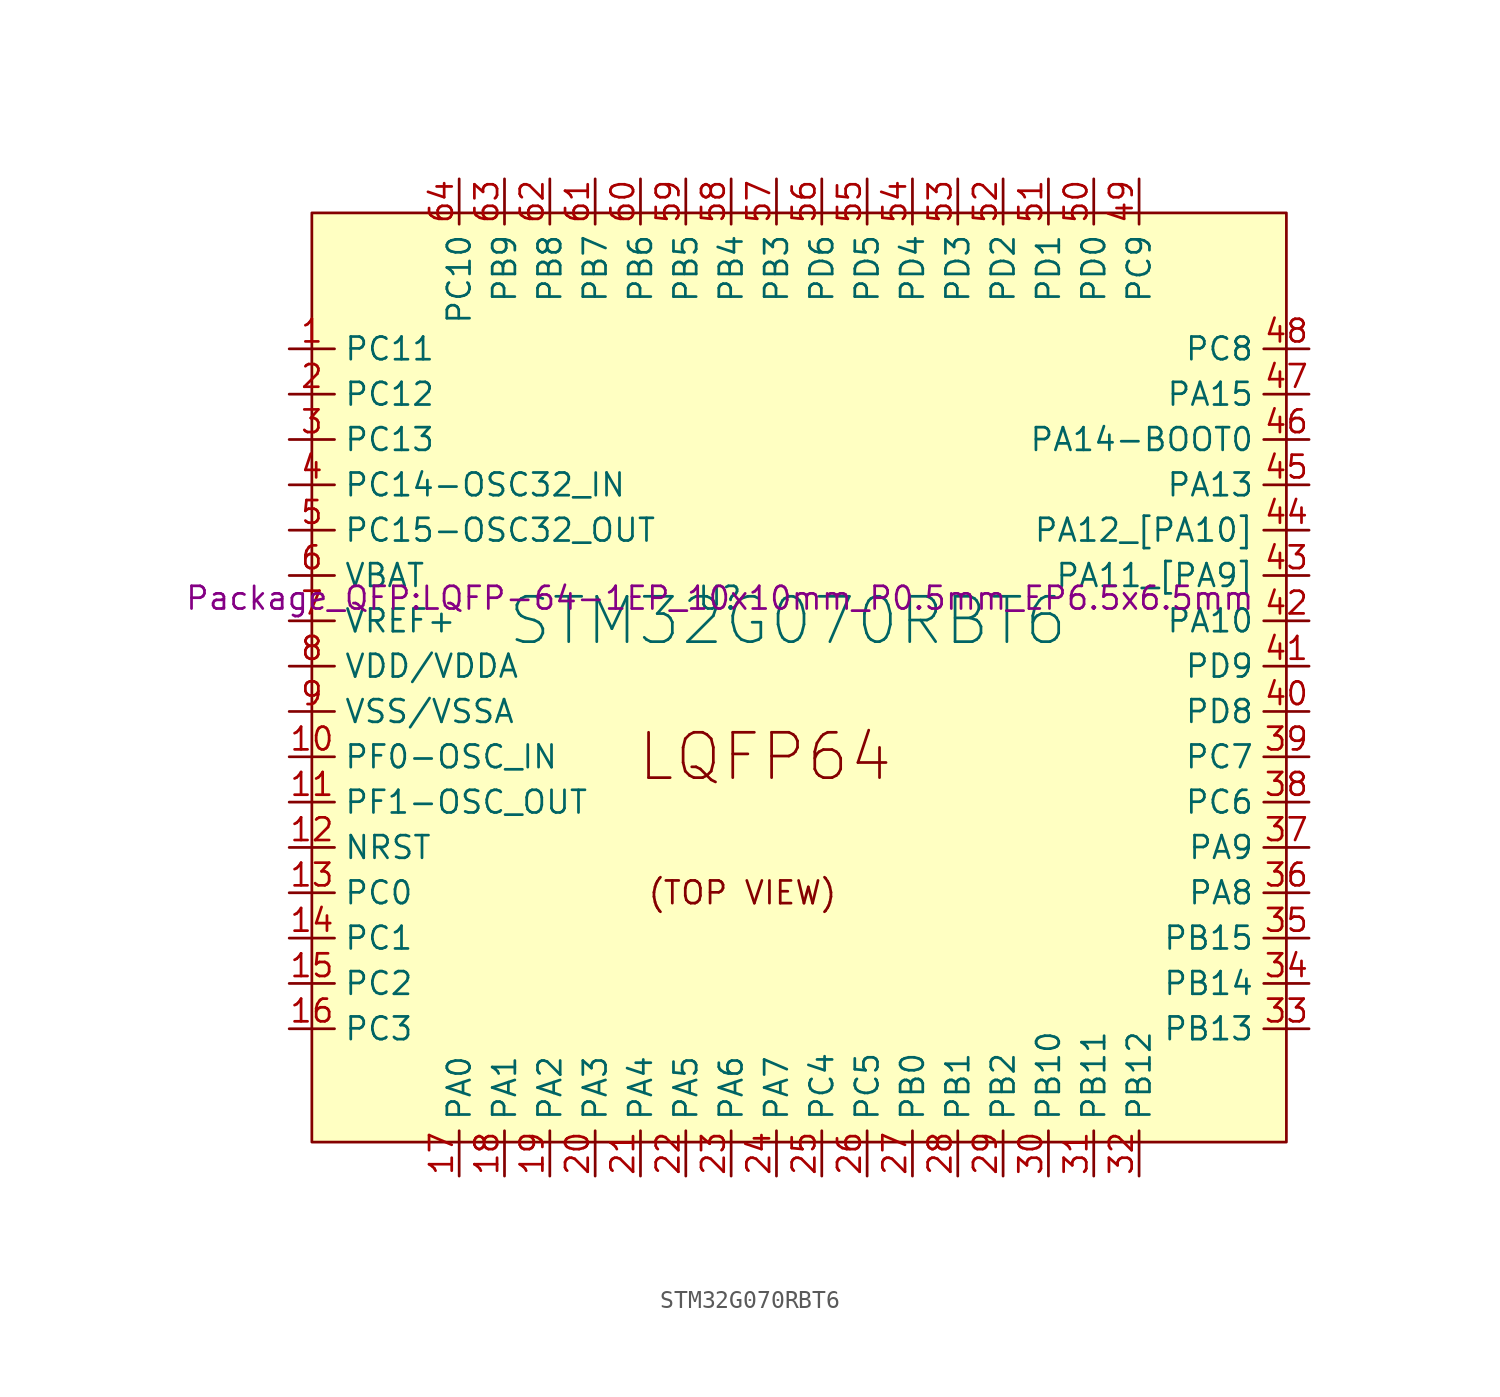
<source format=kicad_sym>
(kicad_symbol_lib
  (version 20211014)
  (generator kicad_symbol_editor)
  (symbol "STM32G070RBT6"
    (property "Reference" "U"
      (at 0 0 0)
      (effects (font (size 1.27 1.27))))
    (property "Value" "STM32G070RBT6"
      (at 3.81 -1.27 0)
      (effects (font (size 2.54 2.54))))
    (property "Footprint" "Package_QFP:LQFP-64-1EP_10x10mm_P0.5mm_EP6.5x6.5mm"
      (at 0 0 0)
      (effects (font (size 1.27 1.27))))
    (symbol "STM32G070RBT6_0_0"
      (rectangle (start -22.86 21.59) (end 31.75 -30.48) (stroke (width 0) (type default) (color 0 0 0 0)) (fill (type background)))
      (text "(TOP VIEW)" (at 1.27 -16.51 0) (effects (font (size 1.27 1.27))))
      (text "LQFP64" (at 2.54 -8.89 0) (effects (font (size 2.54 2.54)))))
    (symbol "STM32G070RBT6_1_1"
      (pin bidirectional line (at -24.13 13.97 0) (length 2.54) (name "PC11" (effects (font (size 1.27 1.27)))) (number "1" (effects (font (size 1.27 1.27)))))
      (pin bidirectional line (at -24.13 -8.89 0) (length 2.54) (name "PF0-OSC_IN" (effects (font (size 1.27 1.27)))) (number "10" (effects (font (size 1.27 1.27)))))
      (pin bidirectional line (at -24.13 -11.43 0) (length 2.54) (name "PF1-OSC_OUT" (effects (font (size 1.27 1.27)))) (number "11" (effects (font (size 1.27 1.27)))))
      (pin bidirectional line (at -24.13 -13.97 0) (length 2.54) (name "NRST" (effects (font (size 1.27 1.27)))) (number "12" (effects (font (size 1.27 1.27)))))
      (pin bidirectional line (at -24.13 -16.51 0) (length 2.54) (name "PC0" (effects (font (size 1.27 1.27)))) (number "13" (effects (font (size 1.27 1.27)))))
      (pin bidirectional line (at -24.13 -19.05 0) (length 2.54) (name "PC1" (effects (font (size 1.27 1.27)))) (number "14" (effects (font (size 1.27 1.27)))))
      (pin bidirectional line (at -24.13 -21.59 0) (length 2.54) (name "PC2" (effects (font (size 1.27 1.27)))) (number "15" (effects (font (size 1.27 1.27)))))
      (pin bidirectional line (at -24.13 -24.13 0) (length 2.54) (name "PC3" (effects (font (size 1.27 1.27)))) (number "16" (effects (font (size 1.27 1.27)))))
      (pin bidirectional line (at -14.605 -32.385 90) (length 2.54) (name "PA0" (effects (font (size 1.27 1.27)))) (number "17" (effects (font (size 1.27 1.27)))))
      (pin bidirectional line (at -12.065 -32.385 90) (length 2.54) (name "PA1" (effects (font (size 1.27 1.27)))) (number "18" (effects (font (size 1.27 1.27)))))
      (pin bidirectional line (at -9.525 -32.385 90) (length 2.54) (name "PA2" (effects (font (size 1.27 1.27)))) (number "19" (effects (font (size 1.27 1.27)))))
      (pin bidirectional line (at -24.13 11.43 0) (length 2.54) (name "PC12" (effects (font (size 1.27 1.27)))) (number "2" (effects (font (size 1.27 1.27)))))
      (pin bidirectional line (at -6.985 -32.385 90) (length 2.54) (name "PA3" (effects (font (size 1.27 1.27)))) (number "20" (effects (font (size 1.27 1.27)))))
      (pin bidirectional line (at -4.445 -32.385 90) (length 2.54) (name "PA4" (effects (font (size 1.27 1.27)))) (number "21" (effects (font (size 1.27 1.27)))))
      (pin bidirectional line (at -1.905 -32.385 90) (length 2.54) (name "PA5" (effects (font (size 1.27 1.27)))) (number "22" (effects (font (size 1.27 1.27)))))
      (pin bidirectional line (at 0.635 -32.385 90) (length 2.54) (name "PA6" (effects (font (size 1.27 1.27)))) (number "23" (effects (font (size 1.27 1.27)))))
      (pin bidirectional line (at 3.175 -32.385 90) (length 2.54) (name "PA7" (effects (font (size 1.27 1.27)))) (number "24" (effects (font (size 1.27 1.27)))))
      (pin bidirectional line (at 5.715 -32.385 90) (length 2.54) (name "PC4" (effects (font (size 1.27 1.27)))) (number "25" (effects (font (size 1.27 1.27)))))
      (pin bidirectional line (at 8.255 -32.385 90) (length 2.54) (name "PC5" (effects (font (size 1.27 1.27)))) (number "26" (effects (font (size 1.27 1.27)))))
      (pin bidirectional line (at 10.795 -32.385 90) (length 2.54) (name "PB0" (effects (font (size 1.27 1.27)))) (number "27" (effects (font (size 1.27 1.27)))))
      (pin bidirectional line (at 13.335 -32.385 90) (length 2.54) (name "PB1" (effects (font (size 1.27 1.27)))) (number "28" (effects (font (size 1.27 1.27)))))
      (pin bidirectional line (at 15.875 -32.385 90) (length 2.54) (name "PB2" (effects (font (size 1.27 1.27)))) (number "29" (effects (font (size 1.27 1.27)))))
      (pin bidirectional line (at -24.13 8.89 0) (length 2.54) (name "PC13" (effects (font (size 1.27 1.27)))) (number "3" (effects (font (size 1.27 1.27)))))
      (pin bidirectional line (at 18.415 -32.385 90) (length 2.54) (name "PB10" (effects (font (size 1.27 1.27)))) (number "30" (effects (font (size 1.27 1.27)))))
      (pin bidirectional line (at 20.955 -32.385 90) (length 2.54) (name "PB11" (effects (font (size 1.27 1.27)))) (number "31" (effects (font (size 1.27 1.27)))))
      (pin bidirectional line (at 23.495 -32.385 90) (length 2.54) (name "PB12" (effects (font (size 1.27 1.27)))) (number "32" (effects (font (size 1.27 1.27)))))
      (pin bidirectional line (at 33.02 -24.13 180) (length 2.54) (name "PB13" (effects (font (size 1.27 1.27)))) (number "33" (effects (font (size 1.27 1.27)))))
      (pin bidirectional line (at 33.02 -21.59 180) (length 2.54) (name "PB14" (effects (font (size 1.27 1.27)))) (number "34" (effects (font (size 1.27 1.27)))))
      (pin bidirectional line (at 33.02 -19.05 180) (length 2.54) (name "PB15" (effects (font (size 1.27 1.27)))) (number "35" (effects (font (size 1.27 1.27)))))
      (pin bidirectional line (at 33.02 -16.51 180) (length 2.54) (name "PA8" (effects (font (size 1.27 1.27)))) (number "36" (effects (font (size 1.27 1.27)))))
      (pin bidirectional line (at 33.02 -13.97 180) (length 2.54) (name "PA9" (effects (font (size 1.27 1.27)))) (number "37" (effects (font (size 1.27 1.27)))))
      (pin bidirectional line (at 33.02 -11.43 180) (length 2.54) (name "PC6" (effects (font (size 1.27 1.27)))) (number "38" (effects (font (size 1.27 1.27)))))
      (pin bidirectional line (at 33.02 -8.89 180) (length 2.54) (name "PC7" (effects (font (size 1.27 1.27)))) (number "39" (effects (font (size 1.27 1.27)))))
      (pin bidirectional line (at -24.13 6.35 0) (length 2.54) (name "PC14-OSC32_IN" (effects (font (size 1.27 1.27)))) (number "4" (effects (font (size 1.27 1.27)))))
      (pin bidirectional line (at 33.02 -6.35 180) (length 2.54) (name "PD8" (effects (font (size 1.27 1.27)))) (number "40" (effects (font (size 1.27 1.27)))))
      (pin bidirectional line (at 33.02 -3.81 180) (length 2.54) (name "PD9" (effects (font (size 1.27 1.27)))) (number "41" (effects (font (size 1.27 1.27)))))
      (pin bidirectional line (at 33.02 -1.27 180) (length 2.54) (name "PA10" (effects (font (size 1.27 1.27)))) (number "42" (effects (font (size 1.27 1.27)))))
      (pin bidirectional line (at 33.02 1.27 180) (length 2.54) (name "PA11_[PA9]" (effects (font (size 1.27 1.27)))) (number "43" (effects (font (size 1.27 1.27)))))
      (pin bidirectional line (at 33.02 3.81 180) (length 2.54) (name "PA12_[PA10]" (effects (font (size 1.27 1.27)))) (number "44" (effects (font (size 1.27 1.27)))))
      (pin bidirectional line (at 33.02 6.35 180) (length 2.54) (name "PA13" (effects (font (size 1.27 1.27)))) (number "45" (effects (font (size 1.27 1.27)))))
      (pin bidirectional line (at 33.02 8.89 180) (length 2.54) (name "PA14-BOOT0" (effects (font (size 1.27 1.27)))) (number "46" (effects (font (size 1.27 1.27)))))
      (pin bidirectional line (at 33.02 11.43 180) (length 2.54) (name "PA15" (effects (font (size 1.27 1.27)))) (number "47" (effects (font (size 1.27 1.27)))))
      (pin bidirectional line (at 33.02 13.97 180) (length 2.54) (name "PC8" (effects (font (size 1.27 1.27)))) (number "48" (effects (font (size 1.27 1.27)))))
      (pin bidirectional line (at 23.495 23.495 270) (length 2.54) (name "PC9" (effects (font (size 1.27 1.27)))) (number "49" (effects (font (size 1.27 1.27)))))
      (pin bidirectional line (at -24.13 3.81 0) (length 2.54) (name "PC15-OSC32_OUT" (effects (font (size 1.27 1.27)))) (number "5" (effects (font (size 1.27 1.27)))))
      (pin bidirectional line (at 20.955 23.495 270) (length 2.54) (name "PD0" (effects (font (size 1.27 1.27)))) (number "50" (effects (font (size 1.27 1.27)))))
      (pin bidirectional line (at 18.415 23.495 270) (length 2.54) (name "PD1" (effects (font (size 1.27 1.27)))) (number "51" (effects (font (size 1.27 1.27)))))
      (pin bidirectional line (at 15.875 23.495 270) (length 2.54) (name "PD2" (effects (font (size 1.27 1.27)))) (number "52" (effects (font (size 1.27 1.27)))))
      (pin bidirectional line (at 13.335 23.495 270) (length 2.54) (name "PD3" (effects (font (size 1.27 1.27)))) (number "53" (effects (font (size 1.27 1.27)))))
      (pin bidirectional line (at 10.795 23.495 270) (length 2.54) (name "PD4" (effects (font (size 1.27 1.27)))) (number "54" (effects (font (size 1.27 1.27)))))
      (pin bidirectional line (at 8.255 23.495 270) (length 2.54) (name "PD5" (effects (font (size 1.27 1.27)))) (number "55" (effects (font (size 1.27 1.27)))))
      (pin bidirectional line (at 5.715 23.495 270) (length 2.54) (name "PD6" (effects (font (size 1.27 1.27)))) (number "56" (effects (font (size 1.27 1.27)))))
      (pin bidirectional line (at 3.175 23.495 270) (length 2.54) (name "PB3" (effects (font (size 1.27 1.27)))) (number "57" (effects (font (size 1.27 1.27)))))
      (pin bidirectional line (at 0.635 23.495 270) (length 2.54) (name "PB4" (effects (font (size 1.27 1.27)))) (number "58" (effects (font (size 1.27 1.27)))))
      (pin bidirectional line (at -1.905 23.495 270) (length 2.54) (name "PB5" (effects (font (size 1.27 1.27)))) (number "59" (effects (font (size 1.27 1.27)))))
      (pin bidirectional line (at -24.13 1.27 0) (length 2.54) (name "VBAT" (effects (font (size 1.27 1.27)))) (number "6" (effects (font (size 1.27 1.27)))))
      (pin bidirectional line (at -4.445 23.495 270) (length 2.54) (name "PB6" (effects (font (size 1.27 1.27)))) (number "60" (effects (font (size 1.27 1.27)))))
      (pin bidirectional line (at -6.985 23.495 270) (length 2.54) (name "PB7" (effects (font (size 1.27 1.27)))) (number "61" (effects (font (size 1.27 1.27)))))
      (pin bidirectional line (at -9.525 23.495 270) (length 2.54) (name "PB8" (effects (font (size 1.27 1.27)))) (number "62" (effects (font (size 1.27 1.27)))))
      (pin bidirectional line (at -12.065 23.495 270) (length 2.54) (name "PB9" (effects (font (size 1.27 1.27)))) (number "63" (effects (font (size 1.27 1.27)))))
      (pin bidirectional line (at -14.605 23.495 270) (length 2.54) (name "PC10" (effects (font (size 1.27 1.27)))) (number "64" (effects (font (size 1.27 1.27)))))
      (pin bidirectional line (at -24.13 -1.27 0) (length 2.54) (name "VREF+" (effects (font (size 1.27 1.27)))) (number "7" (effects (font (size 1.27 1.27)))))
      (pin bidirectional line (at -24.13 -3.81 0) (length 2.54) (name "VDD/VDDA" (effects (font (size 1.27 1.27)))) (number "8" (effects (font (size 1.27 1.27)))))
      (pin bidirectional line (at -24.13 -6.35 0) (length 2.54) (name "VSS/VSSA" (effects (font (size 1.27 1.27)))) (number "9" (effects (font (size 1.27 1.27))))))))
</source>
